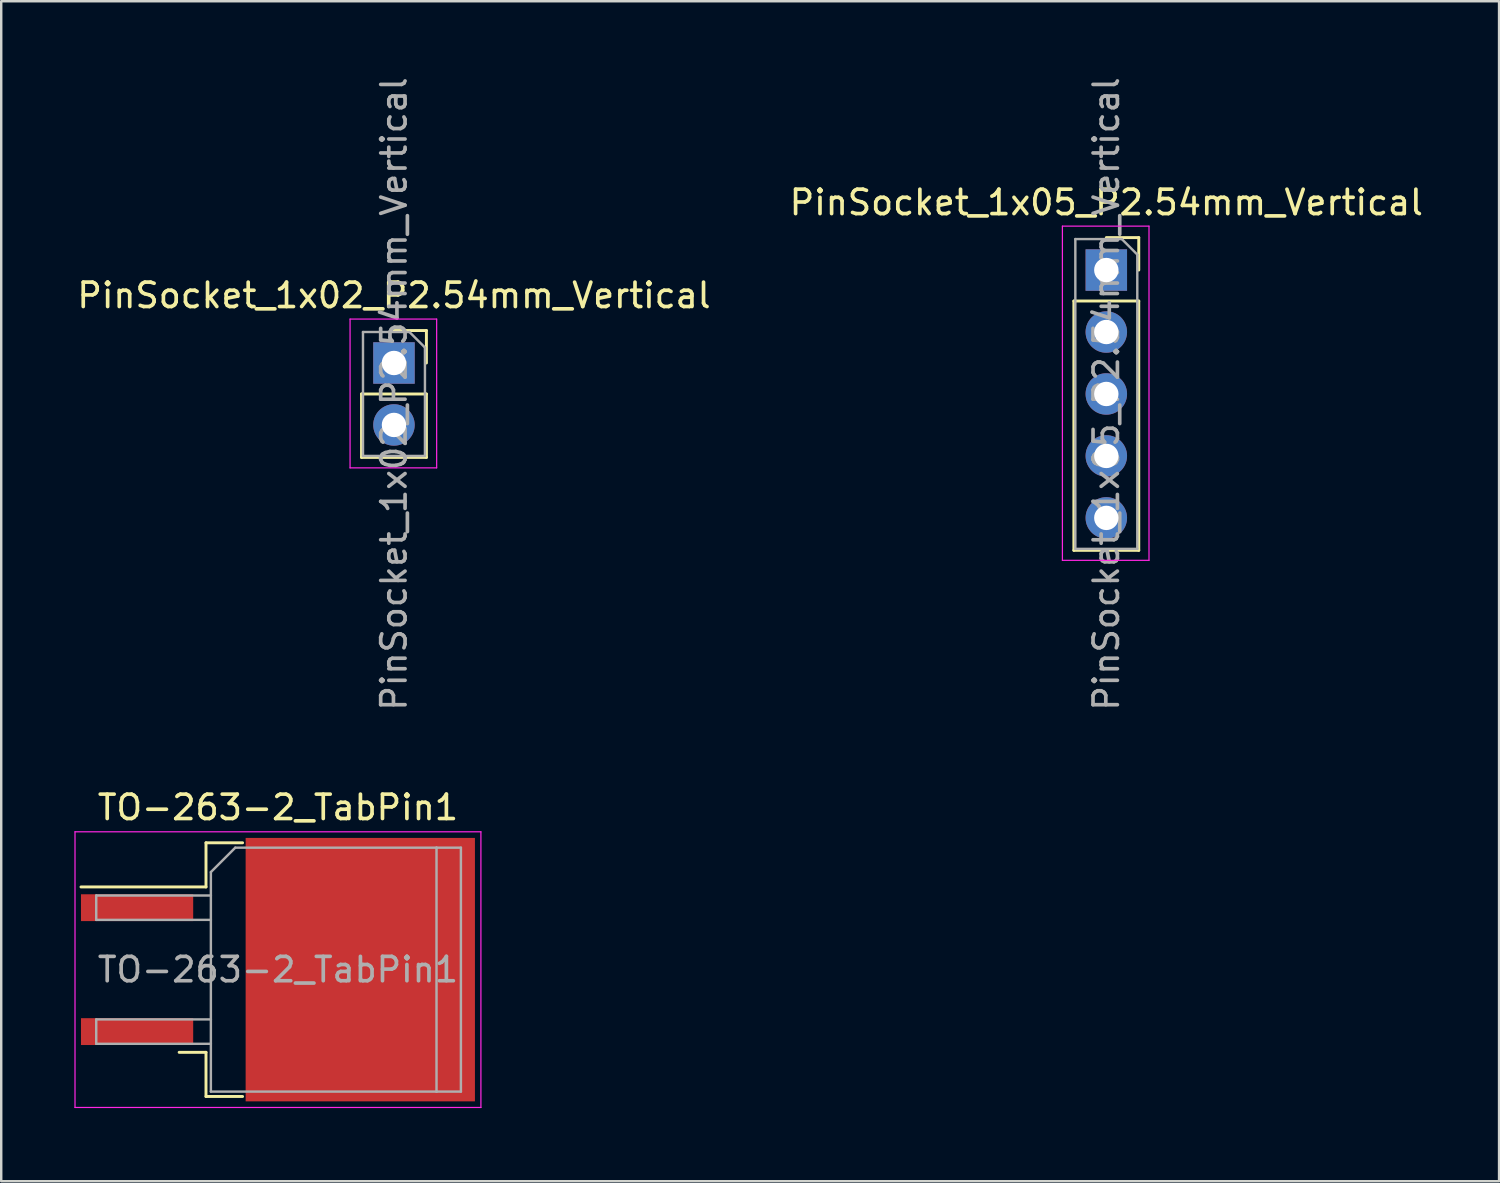
<source format=kicad_pcb>
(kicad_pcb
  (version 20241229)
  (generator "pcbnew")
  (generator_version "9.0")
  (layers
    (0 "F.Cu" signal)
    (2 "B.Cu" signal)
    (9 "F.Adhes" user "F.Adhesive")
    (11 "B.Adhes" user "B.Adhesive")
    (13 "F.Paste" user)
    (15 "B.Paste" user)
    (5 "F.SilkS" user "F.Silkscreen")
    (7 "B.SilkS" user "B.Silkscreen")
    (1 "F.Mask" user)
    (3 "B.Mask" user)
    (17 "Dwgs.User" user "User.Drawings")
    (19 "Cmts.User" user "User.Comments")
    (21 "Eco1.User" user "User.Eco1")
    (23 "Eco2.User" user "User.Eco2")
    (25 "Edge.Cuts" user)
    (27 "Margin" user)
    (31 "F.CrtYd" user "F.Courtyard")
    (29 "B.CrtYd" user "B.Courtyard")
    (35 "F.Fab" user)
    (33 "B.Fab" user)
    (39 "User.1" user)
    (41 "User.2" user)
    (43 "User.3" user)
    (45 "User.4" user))
  (footprint "TO-263-2_TabPin1"
    (layer "F.Cu")
    (at 8.345 36.701)
    (property "Reference" "TO-263-2_TabPin1" (at 0 -6.65 0) (layer "F.SilkS") (effects (font (size 1 1) (thickness 0.15))))
    (attr smd)
    (fp_line (start -2.95 -5.2) (end -2.95 -3.39) (stroke (width 0.12) (type solid)) (layer "F.SilkS"))
    (fp_line (start -2.95 -3.39) (end -8.075 -3.39) (stroke (width 0.12) (type solid)) (layer "F.SilkS"))
    (fp_line (start -2.95 3.39) (end -4.05 3.39) (stroke (width 0.12) (type solid)) (layer "F.SilkS"))
    (fp_line (start -2.95 5.2) (end -2.95 3.39) (stroke (width 0.12) (type solid)) (layer "F.SilkS"))
    (fp_line (start -1.45 -5.2) (end -2.95 -5.2) (stroke (width 0.12) (type solid)) (layer "F.SilkS"))
    (fp_line (start -1.45 5.2) (end -2.95 5.2) (stroke (width 0.12) (type solid)) (layer "F.SilkS"))
    (fp_line (start -8.32 -5.65) (end -8.32 5.65) (stroke (width 0.05) (type solid)) (layer "F.CrtYd"))
    (fp_line (start -8.32 5.65) (end 8.32 5.65) (stroke (width 0.05) (type solid)) (layer "F.CrtYd"))
    (fp_line (start 8.32 -5.65) (end -8.32 -5.65) (stroke (width 0.05) (type solid)) (layer "F.CrtYd"))
    (fp_line (start 8.32 5.65) (end 8.32 -5.65) (stroke (width 0.05) (type solid)) (layer "F.CrtYd"))
    (fp_line (start -7.45 -3.04) (end -7.45 -2.04) (stroke (width 0.1) (type solid)) (layer "F.Fab"))
    (fp_line (start -7.45 -2.04) (end -2.75 -2.04) (stroke (width 0.1) (type solid)) (layer "F.Fab"))
    (fp_line (start -7.45 2.04) (end -7.45 3.04) (stroke (width 0.1) (type solid)) (layer "F.Fab"))
    (fp_line (start -7.45 3.04) (end -2.75 3.04) (stroke (width 0.1) (type solid)) (layer "F.Fab"))
    (fp_line (start -2.75 -4) (end -1.75 -5) (stroke (width 0.1) (type solid)) (layer "F.Fab"))
    (fp_line (start -2.75 -3.04) (end -7.45 -3.04) (stroke (width 0.1) (type solid)) (layer "F.Fab"))
    (fp_line (start -2.75 2.04) (end -7.45 2.04) (stroke (width 0.1) (type solid)) (layer "F.Fab"))
    (fp_line (start -2.75 5) (end -2.75 -4) (stroke (width 0.1) (type solid)) (layer "F.Fab"))
    (fp_line (start -1.75 -5) (end 6.5 -5) (stroke (width 0.1) (type solid)) (layer "F.Fab"))
    (fp_line (start 6.5 -5) (end 6.5 5) (stroke (width 0.1) (type solid)) (layer "F.Fab"))
    (fp_line (start 6.5 -5) (end 7.5 -5) (stroke (width 0.1) (type solid)) (layer "F.Fab"))
    (fp_line (start 6.5 5) (end -2.75 5) (stroke (width 0.1) (type solid)) (layer "F.Fab"))
    (fp_line (start 7.5 -5) (end 7.5 5) (stroke (width 0.1) (type solid)) (layer "F.Fab"))
    (fp_line (start 7.5 5) (end 6.5 5) (stroke (width 0.1) (type solid)) (layer "F.Fab"))
    (fp_text user "${REFERENCE}" (at 0 0 0) (layer "F.Fab") (effects (font (size 1 1) (thickness 0.15))))
    (pad "" smd rect (at 0.95 -2.775) (size 4.55 5.25) (layers "F.Paste"))
    (pad "" smd rect (at 0.95 2.775) (size 4.55 5.25) (layers "F.Paste"))
    (pad "" smd rect (at 5.8 -2.775) (size 4.55 5.25) (layers "F.Paste"))
    (pad "" smd rect (at 5.8 2.775) (size 4.55 5.25) (layers "F.Paste"))
    (pad "1" smd rect (at -5.775 -2.54) (size 4.6 1.1) (layers "F.Cu" "F.Mask" "F.Paste"))
    (pad "1" smd rect (at 3.375 0) (size 9.4 10.8) (layers "F.Cu" "F.Mask"))
    (pad "2" smd rect (at -5.775 2.54) (size 4.6 1.1) (layers "F.Cu" "F.Mask" "F.Paste")))
  (footprint "PinSocket_1x05_P2.54mm_Vertical"
    (layer "F.Cu")
    (at 42.304 8.021)
    (property "Reference" "PinSocket_1x05_P2.54mm_Vertical" (at 0 -2.77 0) (layer "F.SilkS") (effects (font (size 1 1) (thickness 0.15))))
    (attr through_hole)
    (fp_line (start -1.33 1.27) (end -1.33 11.49) (stroke (width 0.12) (type solid)) (layer "F.SilkS"))
    (fp_line (start -1.33 1.27) (end 1.33 1.27) (stroke (width 0.12) (type solid)) (layer "F.SilkS"))
    (fp_line (start -1.33 11.49) (end 1.33 11.49) (stroke (width 0.12) (type solid)) (layer "F.SilkS"))
    (fp_line (start 0 -1.33) (end 1.33 -1.33) (stroke (width 0.12) (type solid)) (layer "F.SilkS"))
    (fp_line (start 1.33 -1.33) (end 1.33 0) (stroke (width 0.12) (type solid)) (layer "F.SilkS"))
    (fp_line (start 1.33 1.27) (end 1.33 11.49) (stroke (width 0.12) (type solid)) (layer "F.SilkS"))
    (fp_line (start -1.8 -1.8) (end 1.75 -1.8) (stroke (width 0.05) (type solid)) (layer "F.CrtYd"))
    (fp_line (start -1.8 11.9) (end -1.8 -1.8) (stroke (width 0.05) (type solid)) (layer "F.CrtYd"))
    (fp_line (start 1.75 -1.8) (end 1.75 11.9) (stroke (width 0.05) (type solid)) (layer "F.CrtYd"))
    (fp_line (start 1.75 11.9) (end -1.8 11.9) (stroke (width 0.05) (type solid)) (layer "F.CrtYd"))
    (fp_line (start -1.27 -1.27) (end 0.635 -1.27) (stroke (width 0.1) (type solid)) (layer "F.Fab"))
    (fp_line (start -1.27 11.43) (end -1.27 -1.27) (stroke (width 0.1) (type solid)) (layer "F.Fab"))
    (fp_line (start 0.635 -1.27) (end 1.27 -0.635) (stroke (width 0.1) (type solid)) (layer "F.Fab"))
    (fp_line (start 1.27 -0.635) (end 1.27 11.43) (stroke (width 0.1) (type solid)) (layer "F.Fab"))
    (fp_line (start 1.27 11.43) (end -1.27 11.43) (stroke (width 0.1) (type solid)) (layer "F.Fab"))
    (fp_text user "${REFERENCE}" (at 0 5.08 90) (layer "F.Fab") (effects (font (size 1 1) (thickness 0.15))))
    (pad "1" thru_hole rect (at 0 0) (size 1.7 1.7) (drill 1) (layers "*.Cu" "*.Mask"))
    (pad "2" thru_hole oval (at 0 2.54) (size 1.7 1.7) (drill 1) (layers "*.Cu" "*.Mask"))
    (pad "3" thru_hole oval (at 0 5.08) (size 1.7 1.7) (drill 1) (layers "*.Cu" "*.Mask"))
    (pad "4" thru_hole oval (at 0 7.62) (size 1.7 1.7) (drill 1) (layers "*.Cu" "*.Mask"))
    (pad "5" thru_hole oval (at 0 10.16) (size 1.7 1.7) (drill 1) (layers "*.Cu" "*.Mask")))
  (footprint "PinSocket_1x02_P2.54mm_Vertical"
    (layer "F.Cu")
    (at 13.101 11.831)
    (property "Reference" "PinSocket_1x02_P2.54mm_Vertical" (at 0 -2.77 0) (layer "F.SilkS") (effects (font (size 1 1) (thickness 0.15))))
    (attr through_hole)
    (fp_line (start -1.33 1.27) (end -1.33 3.87) (stroke (width 0.12) (type solid)) (layer "F.SilkS"))
    (fp_line (start -1.33 1.27) (end 1.33 1.27) (stroke (width 0.12) (type solid)) (layer "F.SilkS"))
    (fp_line (start -1.33 3.87) (end 1.33 3.87) (stroke (width 0.12) (type solid)) (layer "F.SilkS"))
    (fp_line (start 0 -1.33) (end 1.33 -1.33) (stroke (width 0.12) (type solid)) (layer "F.SilkS"))
    (fp_line (start 1.33 -1.33) (end 1.33 0) (stroke (width 0.12) (type solid)) (layer "F.SilkS"))
    (fp_line (start 1.33 1.27) (end 1.33 3.87) (stroke (width 0.12) (type solid)) (layer "F.SilkS"))
    (fp_line (start -1.8 -1.8) (end 1.75 -1.8) (stroke (width 0.05) (type solid)) (layer "F.CrtYd"))
    (fp_line (start -1.8 4.3) (end -1.8 -1.8) (stroke (width 0.05) (type solid)) (layer "F.CrtYd"))
    (fp_line (start 1.75 -1.8) (end 1.75 4.3) (stroke (width 0.05) (type solid)) (layer "F.CrtYd"))
    (fp_line (start 1.75 4.3) (end -1.8 4.3) (stroke (width 0.05) (type solid)) (layer "F.CrtYd"))
    (fp_line (start -1.27 -1.27) (end 0.635 -1.27) (stroke (width 0.1) (type solid)) (layer "F.Fab"))
    (fp_line (start -1.27 3.81) (end -1.27 -1.27) (stroke (width 0.1) (type solid)) (layer "F.Fab"))
    (fp_line (start 0.635 -1.27) (end 1.27 -0.635) (stroke (width 0.1) (type solid)) (layer "F.Fab"))
    (fp_line (start 1.27 -0.635) (end 1.27 3.81) (stroke (width 0.1) (type solid)) (layer "F.Fab"))
    (fp_line (start 1.27 3.81) (end -1.27 3.81) (stroke (width 0.1) (type solid)) (layer "F.Fab"))
    (fp_text user "${REFERENCE}" (at 0 1.27 90) (layer "F.Fab") (effects (font (size 1 1) (thickness 0.15))))
    (pad "1" thru_hole rect (at 0 0) (size 1.7 1.7) (drill 1) (layers "*.Cu" "*.Mask"))
    (pad "2" thru_hole oval (at 0 2.54) (size 1.7 1.7) (drill 1) (layers "*.Cu" "*.Mask")))
  (gr_rect
    (start -3 -3)
    (end 58.405 45.376)
    (stroke (width 0.1) (type default))
    (fill no)
    (layer "Edge.Cuts")))
</source>
